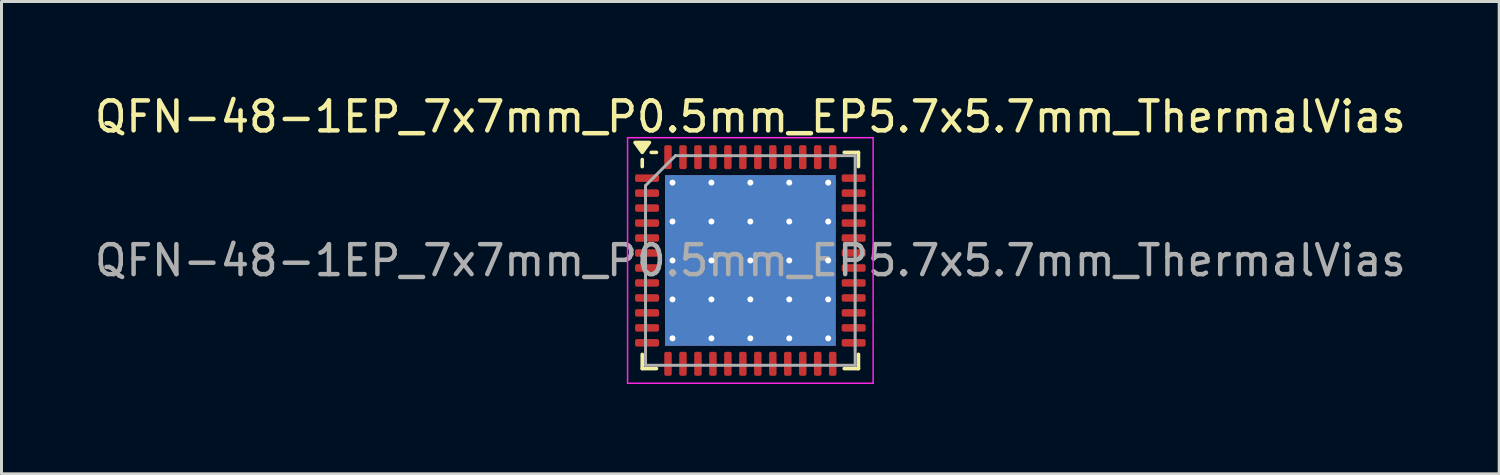
<source format=kicad_pcb>
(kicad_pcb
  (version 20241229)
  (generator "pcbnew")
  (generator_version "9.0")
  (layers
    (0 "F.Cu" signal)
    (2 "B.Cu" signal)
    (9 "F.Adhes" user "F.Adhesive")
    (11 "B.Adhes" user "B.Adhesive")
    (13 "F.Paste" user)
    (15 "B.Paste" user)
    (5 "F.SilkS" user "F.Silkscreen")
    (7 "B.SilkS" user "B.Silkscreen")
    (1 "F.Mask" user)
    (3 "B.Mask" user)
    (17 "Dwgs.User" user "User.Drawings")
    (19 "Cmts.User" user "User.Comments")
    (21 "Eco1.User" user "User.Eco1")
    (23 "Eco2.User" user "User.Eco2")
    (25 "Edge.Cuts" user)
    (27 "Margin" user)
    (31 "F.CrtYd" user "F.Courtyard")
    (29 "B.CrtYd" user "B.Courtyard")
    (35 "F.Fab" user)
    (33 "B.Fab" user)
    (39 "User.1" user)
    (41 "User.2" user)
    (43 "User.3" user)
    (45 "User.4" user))
  (footprint "QFN-48-1EP_7x7mm_P0.5mm_EP5.7x5.7mm_ThermalVias"
    (layer "F.Cu")
    (at 22.006 5.648)
    (property "Reference" "QFN-48-1EP_7x7mm_P0.5mm_EP5.7x5.7mm_ThermalVias" (at 0 -4.8 0) (layer "F.SilkS") (effects (font (size 1 1) (thickness 0.15))))
    (attr smd)
    (fp_line (start -3.61 -3.135) (end -3.61 -3.37) (stroke (width 0.12) (type solid)) (layer "F.SilkS"))
    (fp_line (start -3.61 3.61) (end -3.61 3.135) (stroke (width 0.12) (type solid)) (layer "F.SilkS"))
    (fp_line (start -3.135 -3.61) (end -3.31 -3.61) (stroke (width 0.12) (type solid)) (layer "F.SilkS"))
    (fp_line (start -3.135 3.61) (end -3.61 3.61) (stroke (width 0.12) (type solid)) (layer "F.SilkS"))
    (fp_line (start 3.135 -3.61) (end 3.61 -3.61) (stroke (width 0.12) (type solid)) (layer "F.SilkS"))
    (fp_line (start 3.135 3.61) (end 3.61 3.61) (stroke (width 0.12) (type solid)) (layer "F.SilkS"))
    (fp_line (start 3.61 -3.61) (end 3.61 -3.135) (stroke (width 0.12) (type solid)) (layer "F.SilkS"))
    (fp_line (start 3.61 3.61) (end 3.61 3.135) (stroke (width 0.12) (type solid)) (layer "F.SilkS"))
    (fp_poly (pts (xy -3.61 -3.61) (xy -3.85 -3.94) (xy -3.37 -3.94) (xy -3.61 -3.61)) (stroke (width 0.12) (type solid)) (fill yes) (layer "F.SilkS"))
    (fp_line (start -4.1 -4.1) (end -4.1 4.1) (stroke (width 0.05) (type solid)) (layer "F.CrtYd"))
    (fp_line (start -4.1 4.1) (end 4.1 4.1) (stroke (width 0.05) (type solid)) (layer "F.CrtYd"))
    (fp_line (start 4.1 -4.1) (end -4.1 -4.1) (stroke (width 0.05) (type solid)) (layer "F.CrtYd"))
    (fp_line (start 4.1 4.1) (end 4.1 -4.1) (stroke (width 0.05) (type solid)) (layer "F.CrtYd"))
    (fp_line (start -3.5 -2.5) (end -2.5 -3.5) (stroke (width 0.1) (type solid)) (layer "F.Fab"))
    (fp_line (start -3.5 3.5) (end -3.5 -2.5) (stroke (width 0.1) (type solid)) (layer "F.Fab"))
    (fp_line (start -2.5 -3.5) (end 3.5 -3.5) (stroke (width 0.1) (type solid)) (layer "F.Fab"))
    (fp_line (start 3.5 -3.5) (end 3.5 3.5) (stroke (width 0.1) (type solid)) (layer "F.Fab"))
    (fp_line (start 3.5 3.5) (end -3.5 3.5) (stroke (width 0.1) (type solid)) (layer "F.Fab"))
    (fp_text user "${REFERENCE}" (at 0 0 0) (layer "F.Fab") (effects (font (size 1 1) (thickness 0.15))))
    (pad "" smd roundrect (at -1.95 -1.95) (size 1.104 1.104) (layers "F.Paste") (roundrect_rratio 0.226))
    (pad "" smd roundrect (at -1.95 -0.65) (size 1.104 1.104) (layers "F.Paste") (roundrect_rratio 0.226))
    (pad "" smd roundrect (at -1.95 0.65) (size 1.104 1.104) (layers "F.Paste") (roundrect_rratio 0.226))
    (pad "" smd roundrect (at -1.95 1.95) (size 1.104 1.104) (layers "F.Paste") (roundrect_rratio 0.226))
    (pad "" smd roundrect (at -0.65 -1.95) (size 1.104 1.104) (layers "F.Paste") (roundrect_rratio 0.226))
    (pad "" smd roundrect (at -0.65 -0.65) (size 1.104 1.104) (layers "F.Paste") (roundrect_rratio 0.226))
    (pad "" smd roundrect (at -0.65 0.65) (size 1.104 1.104) (layers "F.Paste") (roundrect_rratio 0.226))
    (pad "" smd roundrect (at -0.65 1.95) (size 1.104 1.104) (layers "F.Paste") (roundrect_rratio 0.226))
    (pad "" smd roundrect (at 0.65 -1.95) (size 1.104 1.104) (layers "F.Paste") (roundrect_rratio 0.226))
    (pad "" smd roundrect (at 0.65 -0.65) (size 1.104 1.104) (layers "F.Paste") (roundrect_rratio 0.226))
    (pad "" smd roundrect (at 0.65 0.65) (size 1.104 1.104) (layers "F.Paste") (roundrect_rratio 0.226))
    (pad "" smd roundrect (at 0.65 1.95) (size 1.104 1.104) (layers "F.Paste") (roundrect_rratio 0.226))
    (pad "" smd roundrect (at 1.95 -1.95) (size 1.104 1.104) (layers "F.Paste") (roundrect_rratio 0.226))
    (pad "" smd roundrect (at 1.95 -0.65) (size 1.104 1.104) (layers "F.Paste") (roundrect_rratio 0.226))
    (pad "" smd roundrect (at 1.95 0.65) (size 1.104 1.104) (layers "F.Paste") (roundrect_rratio 0.226))
    (pad "" smd roundrect (at 1.95 1.95) (size 1.104 1.104) (layers "F.Paste") (roundrect_rratio 0.226))
    (pad "1" smd roundrect (at -3.45 -2.75) (size 0.8 0.25) (layers "F.Cu" "F.Mask" "F.Paste") (roundrect_rratio 0.25))
    (pad "2" smd roundrect (at -3.45 -2.25) (size 0.8 0.25) (layers "F.Cu" "F.Mask" "F.Paste") (roundrect_rratio 0.25))
    (pad "3" smd roundrect (at -3.45 -1.75) (size 0.8 0.25) (layers "F.Cu" "F.Mask" "F.Paste") (roundrect_rratio 0.25))
    (pad "4" smd roundrect (at -3.45 -1.25) (size 0.8 0.25) (layers "F.Cu" "F.Mask" "F.Paste") (roundrect_rratio 0.25))
    (pad "5" smd roundrect (at -3.45 -0.75) (size 0.8 0.25) (layers "F.Cu" "F.Mask" "F.Paste") (roundrect_rratio 0.25))
    (pad "6" smd roundrect (at -3.45 -0.25) (size 0.8 0.25) (layers "F.Cu" "F.Mask" "F.Paste") (roundrect_rratio 0.25))
    (pad "7" smd roundrect (at -3.45 0.25) (size 0.8 0.25) (layers "F.Cu" "F.Mask" "F.Paste") (roundrect_rratio 0.25))
    (pad "8" smd roundrect (at -3.45 0.75) (size 0.8 0.25) (layers "F.Cu" "F.Mask" "F.Paste") (roundrect_rratio 0.25))
    (pad "9" smd roundrect (at -3.45 1.25) (size 0.8 0.25) (layers "F.Cu" "F.Mask" "F.Paste") (roundrect_rratio 0.25))
    (pad "10" smd roundrect (at -3.45 1.75) (size 0.8 0.25) (layers "F.Cu" "F.Mask" "F.Paste") (roundrect_rratio 0.25))
    (pad "11" smd roundrect (at -3.45 2.25) (size 0.8 0.25) (layers "F.Cu" "F.Mask" "F.Paste") (roundrect_rratio 0.25))
    (pad "12" smd roundrect (at -3.45 2.75) (size 0.8 0.25) (layers "F.Cu" "F.Mask" "F.Paste") (roundrect_rratio 0.25))
    (pad "13" smd roundrect (at -2.75 3.45) (size 0.25 0.8) (layers "F.Cu" "F.Mask" "F.Paste") (roundrect_rratio 0.25))
    (pad "14" smd roundrect (at -2.25 3.45) (size 0.25 0.8) (layers "F.Cu" "F.Mask" "F.Paste") (roundrect_rratio 0.25))
    (pad "15" smd roundrect (at -1.75 3.45) (size 0.25 0.8) (layers "F.Cu" "F.Mask" "F.Paste") (roundrect_rratio 0.25))
    (pad "16" smd roundrect (at -1.25 3.45) (size 0.25 0.8) (layers "F.Cu" "F.Mask" "F.Paste") (roundrect_rratio 0.25))
    (pad "17" smd roundrect (at -0.75 3.45) (size 0.25 0.8) (layers "F.Cu" "F.Mask" "F.Paste") (roundrect_rratio 0.25))
    (pad "18" smd roundrect (at -0.25 3.45) (size 0.25 0.8) (layers "F.Cu" "F.Mask" "F.Paste") (roundrect_rratio 0.25))
    (pad "19" smd roundrect (at 0.25 3.45) (size 0.25 0.8) (layers "F.Cu" "F.Mask" "F.Paste") (roundrect_rratio 0.25))
    (pad "20" smd roundrect (at 0.75 3.45) (size 0.25 0.8) (layers "F.Cu" "F.Mask" "F.Paste") (roundrect_rratio 0.25))
    (pad "21" smd roundrect (at 1.25 3.45) (size 0.25 0.8) (layers "F.Cu" "F.Mask" "F.Paste") (roundrect_rratio 0.25))
    (pad "22" smd roundrect (at 1.75 3.45) (size 0.25 0.8) (layers "F.Cu" "F.Mask" "F.Paste") (roundrect_rratio 0.25))
    (pad "23" smd roundrect (at 2.25 3.45) (size 0.25 0.8) (layers "F.Cu" "F.Mask" "F.Paste") (roundrect_rratio 0.25))
    (pad "24" smd roundrect (at 2.75 3.45) (size 0.25 0.8) (layers "F.Cu" "F.Mask" "F.Paste") (roundrect_rratio 0.25))
    (pad "25" smd roundrect (at 3.45 2.75) (size 0.8 0.25) (layers "F.Cu" "F.Mask" "F.Paste") (roundrect_rratio 0.25))
    (pad "26" smd roundrect (at 3.45 2.25) (size 0.8 0.25) (layers "F.Cu" "F.Mask" "F.Paste") (roundrect_rratio 0.25))
    (pad "27" smd roundrect (at 3.45 1.75) (size 0.8 0.25) (layers "F.Cu" "F.Mask" "F.Paste") (roundrect_rratio 0.25))
    (pad "28" smd roundrect (at 3.45 1.25) (size 0.8 0.25) (layers "F.Cu" "F.Mask" "F.Paste") (roundrect_rratio 0.25))
    (pad "29" smd roundrect (at 3.45 0.75) (size 0.8 0.25) (layers "F.Cu" "F.Mask" "F.Paste") (roundrect_rratio 0.25))
    (pad "30" smd roundrect (at 3.45 0.25) (size 0.8 0.25) (layers "F.Cu" "F.Mask" "F.Paste") (roundrect_rratio 0.25))
    (pad "31" smd roundrect (at 3.45 -0.25) (size 0.8 0.25) (layers "F.Cu" "F.Mask" "F.Paste") (roundrect_rratio 0.25))
    (pad "32" smd roundrect (at 3.45 -0.75) (size 0.8 0.25) (layers "F.Cu" "F.Mask" "F.Paste") (roundrect_rratio 0.25))
    (pad "33" smd roundrect (at 3.45 -1.25) (size 0.8 0.25) (layers "F.Cu" "F.Mask" "F.Paste") (roundrect_rratio 0.25))
    (pad "34" smd roundrect (at 3.45 -1.75) (size 0.8 0.25) (layers "F.Cu" "F.Mask" "F.Paste") (roundrect_rratio 0.25))
    (pad "35" smd roundrect (at 3.45 -2.25) (size 0.8 0.25) (layers "F.Cu" "F.Mask" "F.Paste") (roundrect_rratio 0.25))
    (pad "36" smd roundrect (at 3.45 -2.75) (size 0.8 0.25) (layers "F.Cu" "F.Mask" "F.Paste") (roundrect_rratio 0.25))
    (pad "37" smd roundrect (at 2.75 -3.45) (size 0.25 0.8) (layers "F.Cu" "F.Mask" "F.Paste") (roundrect_rratio 0.25))
    (pad "38" smd roundrect (at 2.25 -3.45) (size 0.25 0.8) (layers "F.Cu" "F.Mask" "F.Paste") (roundrect_rratio 0.25))
    (pad "39" smd roundrect (at 1.75 -3.45) (size 0.25 0.8) (layers "F.Cu" "F.Mask" "F.Paste") (roundrect_rratio 0.25))
    (pad "40" smd roundrect (at 1.25 -3.45) (size 0.25 0.8) (layers "F.Cu" "F.Mask" "F.Paste") (roundrect_rratio 0.25))
    (pad "41" smd roundrect (at 0.75 -3.45) (size 0.25 0.8) (layers "F.Cu" "F.Mask" "F.Paste") (roundrect_rratio 0.25))
    (pad "42" smd roundrect (at 0.25 -3.45) (size 0.25 0.8) (layers "F.Cu" "F.Mask" "F.Paste") (roundrect_rratio 0.25))
    (pad "43" smd roundrect (at -0.25 -3.45) (size 0.25 0.8) (layers "F.Cu" "F.Mask" "F.Paste") (roundrect_rratio 0.25))
    (pad "44" smd roundrect (at -0.75 -3.45) (size 0.25 0.8) (layers "F.Cu" "F.Mask" "F.Paste") (roundrect_rratio 0.25))
    (pad "45" smd roundrect (at -1.25 -3.45) (size 0.25 0.8) (layers "F.Cu" "F.Mask" "F.Paste") (roundrect_rratio 0.25))
    (pad "46" smd roundrect (at -1.75 -3.45) (size 0.25 0.8) (layers "F.Cu" "F.Mask" "F.Paste") (roundrect_rratio 0.25))
    (pad "47" smd roundrect (at -2.25 -3.45) (size 0.25 0.8) (layers "F.Cu" "F.Mask" "F.Paste") (roundrect_rratio 0.25))
    (pad "48" smd roundrect (at -2.75 -3.45) (size 0.25 0.8) (layers "F.Cu" "F.Mask" "F.Paste") (roundrect_rratio 0.25))
    (pad "49" thru_hole circle (at -2.6 -2.6) (size 0.5 0.5) (drill 0.2) (property pad_prop_heatsink) (layers "*.Cu"))
    (pad "49" thru_hole circle (at -2.6 -1.3) (size 0.5 0.5) (drill 0.2) (property pad_prop_heatsink) (layers "*.Cu"))
    (pad "49" thru_hole circle (at -2.6 0) (size 0.5 0.5) (drill 0.2) (property pad_prop_heatsink) (layers "*.Cu"))
    (pad "49" thru_hole circle (at -2.6 1.3) (size 0.5 0.5) (drill 0.2) (property pad_prop_heatsink) (layers "*.Cu"))
    (pad "49" thru_hole circle (at -2.6 2.6) (size 0.5 0.5) (drill 0.2) (property pad_prop_heatsink) (layers "*.Cu"))
    (pad "49" thru_hole circle (at -1.3 -2.6) (size 0.5 0.5) (drill 0.2) (property pad_prop_heatsink) (layers "*.Cu"))
    (pad "49" thru_hole circle (at -1.3 -1.3) (size 0.5 0.5) (drill 0.2) (property pad_prop_heatsink) (layers "*.Cu"))
    (pad "49" thru_hole circle (at -1.3 0) (size 0.5 0.5) (drill 0.2) (property pad_prop_heatsink) (layers "*.Cu"))
    (pad "49" thru_hole circle (at -1.3 1.3) (size 0.5 0.5) (drill 0.2) (property pad_prop_heatsink) (layers "*.Cu"))
    (pad "49" thru_hole circle (at -1.3 2.6) (size 0.5 0.5) (drill 0.2) (property pad_prop_heatsink) (layers "*.Cu"))
    (pad "49" thru_hole circle (at 0 -2.6) (size 0.5 0.5) (drill 0.2) (property pad_prop_heatsink) (layers "*.Cu"))
    (pad "49" thru_hole circle (at 0 -1.3) (size 0.5 0.5) (drill 0.2) (property pad_prop_heatsink) (layers "*.Cu"))
    (pad "49" thru_hole circle (at 0 0) (size 0.5 0.5) (drill 0.2) (property pad_prop_heatsink) (layers "*.Cu"))
    (pad "49" smd rect (at 0 0) (size 5.7 5.7) (property pad_prop_heatsink) (layers "F.Cu" "F.Mask"))
    (pad "49" smd rect (at 0 0) (size 5.7 5.7) (property pad_prop_heatsink) (layers "B.Cu"))
    (pad "49" thru_hole circle (at 0 1.3) (size 0.5 0.5) (drill 0.2) (property pad_prop_heatsink) (layers "*.Cu"))
    (pad "49" thru_hole circle (at 0 2.6) (size 0.5 0.5) (drill 0.2) (property pad_prop_heatsink) (layers "*.Cu"))
    (pad "49" thru_hole circle (at 1.3 -2.6) (size 0.5 0.5) (drill 0.2) (property pad_prop_heatsink) (layers "*.Cu"))
    (pad "49" thru_hole circle (at 1.3 -1.3) (size 0.5 0.5) (drill 0.2) (property pad_prop_heatsink) (layers "*.Cu"))
    (pad "49" thru_hole circle (at 1.3 0) (size 0.5 0.5) (drill 0.2) (property pad_prop_heatsink) (layers "*.Cu"))
    (pad "49" thru_hole circle (at 1.3 1.3) (size 0.5 0.5) (drill 0.2) (property pad_prop_heatsink) (layers "*.Cu"))
    (pad "49" thru_hole circle (at 1.3 2.6) (size 0.5 0.5) (drill 0.2) (property pad_prop_heatsink) (layers "*.Cu"))
    (pad "49" thru_hole circle (at 2.6 -2.6) (size 0.5 0.5) (drill 0.2) (property pad_prop_heatsink) (layers "*.Cu"))
    (pad "49" thru_hole circle (at 2.6 -1.3) (size 0.5 0.5) (drill 0.2) (property pad_prop_heatsink) (layers "*.Cu"))
    (pad "49" thru_hole circle (at 2.6 0) (size 0.5 0.5) (drill 0.2) (property pad_prop_heatsink) (layers "*.Cu"))
    (pad "49" thru_hole circle (at 2.6 1.3) (size 0.5 0.5) (drill 0.2) (property pad_prop_heatsink) (layers "*.Cu"))
    (pad "49" thru_hole circle (at 2.6 2.6) (size 0.5 0.5) (drill 0.2) (property pad_prop_heatsink) (layers "*.Cu")))
  (gr_rect
    (start -3 -3)
    (end 47.012 12.773)
    (stroke (width 0.1) (type default))
    (fill no)
    (layer "Edge.Cuts")))
</source>
